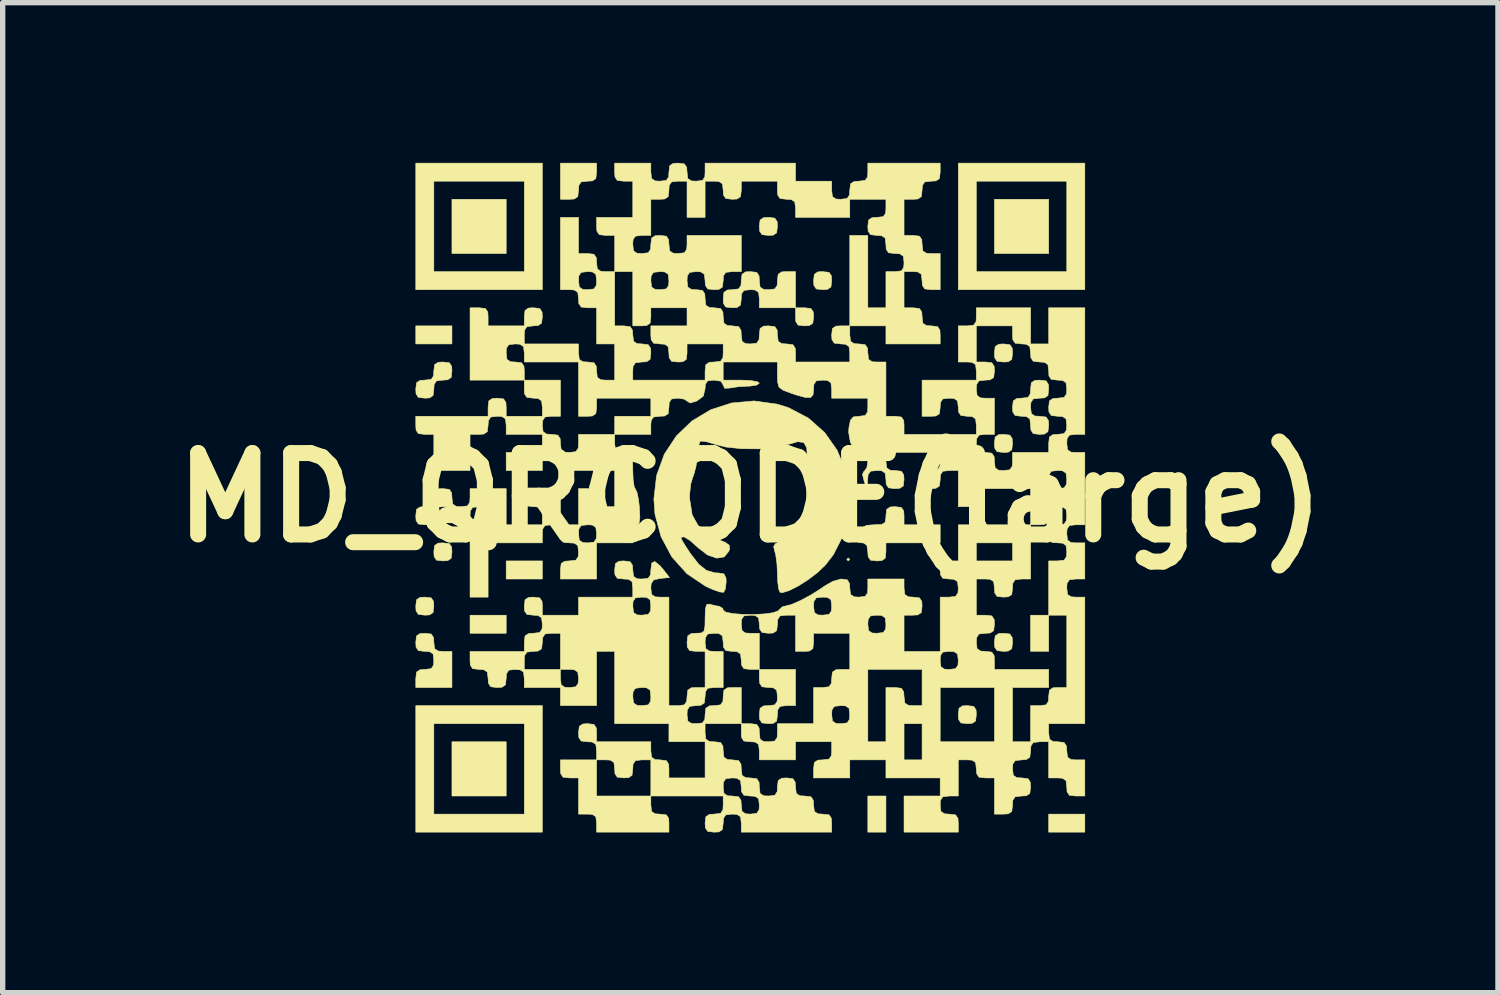
<source format=kicad_pcb>
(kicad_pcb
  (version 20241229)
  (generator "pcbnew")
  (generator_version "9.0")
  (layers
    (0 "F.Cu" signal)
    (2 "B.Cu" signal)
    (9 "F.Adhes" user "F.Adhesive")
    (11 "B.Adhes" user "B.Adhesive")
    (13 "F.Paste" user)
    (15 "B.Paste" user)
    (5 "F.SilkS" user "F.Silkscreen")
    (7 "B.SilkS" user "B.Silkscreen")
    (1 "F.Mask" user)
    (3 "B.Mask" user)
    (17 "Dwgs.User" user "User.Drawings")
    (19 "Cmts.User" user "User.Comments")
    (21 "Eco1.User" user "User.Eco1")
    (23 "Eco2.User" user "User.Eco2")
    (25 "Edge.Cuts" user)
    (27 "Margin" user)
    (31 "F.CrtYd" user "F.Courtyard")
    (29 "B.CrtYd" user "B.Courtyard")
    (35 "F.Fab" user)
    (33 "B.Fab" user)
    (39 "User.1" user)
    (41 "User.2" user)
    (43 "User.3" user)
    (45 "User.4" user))
  (footprint "MD_QRCODE(large)"
    (layer "F.Cu")
    (at 11.002 6.27)
    (property "Reference" "MD_QRCODE(large)" (at 0 0 0) (layer "F.SilkS") (effects (font (size 1.524 1.524) (thickness 0.3))))
    (attr through_hole)
    (fp_poly (pts (xy -5.588 -2.879) (xy -6.265 -2.879) (xy -6.265 -3.217) (xy -5.588 -3.217) (xy -5.588 -2.879)) (stroke (width 0.01) (type solid)) (fill yes) (layer "F.SilkS"))
    (fp_poly (pts (xy -4.572 -4.572) (xy -5.588 -4.572) (xy -5.588 -5.588) (xy -4.572 -5.588) (xy -4.572 -4.572)) (stroke (width 0.01) (type solid)) (fill yes) (layer "F.SilkS"))
    (fp_poly (pts (xy -4.572 2.54) (xy -5.249 2.54) (xy -5.249 2.201) (xy -4.572 2.201) (xy -4.572 2.54)) (stroke (width 0.01) (type solid)) (fill yes) (layer "F.SilkS"))
    (fp_poly (pts (xy -4.572 5.588) (xy -5.588 5.588) (xy -5.588 4.572) (xy -4.572 4.572) (xy -4.572 5.588)) (stroke (width 0.01) (type solid)) (fill yes) (layer "F.SilkS"))
    (fp_poly (pts (xy -3.895 1.524) (xy -4.572 1.524) (xy -4.572 1.185) (xy -3.895 1.185) (xy -3.895 1.524)) (stroke (width 0.01) (type solid)) (fill yes) (layer "F.SilkS"))
    (fp_poly (pts (xy 1.863 1.157) (xy 1.834 1.185) (xy 1.806 1.157) (xy 1.834 1.129) (xy 1.863 1.157)) (stroke (width 0.01) (type solid)) (fill yes) (layer "F.SilkS"))
    (fp_poly (pts (xy 2.54 6.265) (xy 2.201 6.265) (xy 2.201 5.588) (xy 2.54 5.588) (xy 2.54 6.265)) (stroke (width 0.01) (type solid)) (fill yes) (layer "F.SilkS"))
    (fp_poly (pts (xy 5.588 -4.572) (xy 4.572 -4.572) (xy 4.572 -5.588) (xy 5.588 -5.588) (xy 5.588 -4.572)) (stroke (width 0.01) (type solid)) (fill yes) (layer "F.SilkS"))
    (fp_poly (pts (xy 5.588 2.879) (xy 5.249 2.879) (xy 5.249 2.201) (xy 5.588 2.201) (xy 5.588 2.879)) (stroke (width 0.01) (type solid)) (fill yes) (layer "F.SilkS"))
    (fp_poly (pts (xy 6.265 6.265) (xy 5.588 6.265) (xy 5.588 5.927) (xy 6.265 5.927) (xy 6.265 6.265)) (stroke (width 0.01) (type solid)) (fill yes) (layer "F.SilkS"))
    (fp_poly (pts (xy -3.895 -3.895) (xy -6.265 -3.895) (xy -6.265 -5.927) (xy -5.927 -5.927) (xy -5.927 -4.233) (xy -4.233 -4.233) (xy -4.233 -5.927) (xy -5.927 -5.927) (xy -6.265 -5.927) (xy -6.265 -6.265) (xy -3.895 -6.265) (xy -3.895 -3.895)) (stroke (width 0.01) (type solid)) (fill yes) (layer "F.SilkS"))
    (fp_poly (pts (xy -3.895 6.265) (xy -6.265 6.265) (xy -6.265 4.233) (xy -5.927 4.233) (xy -5.927 5.927) (xy -4.233 5.927) (xy -4.233 4.233) (xy -5.927 4.233) (xy -6.265 4.233) (xy -6.265 3.895) (xy -3.895 3.895) (xy -3.895 6.265)) (stroke (width 0.01) (type solid)) (fill yes) (layer "F.SilkS"))
    (fp_poly (pts (xy 1.136 -3.542) (xy 1.18 -3.476) (xy 1.185 -3.387) (xy 1.171 -3.267) (xy 1.105 -3.223) (xy 1.016 -3.217) (xy 0.896 -3.231) (xy 0.852 -3.297) (xy 0.847 -3.387) (xy 0.847 -3.556) (xy 1.016 -3.556) (xy 1.136 -3.542)) (stroke (width 0.01) (type solid)) (fill yes) (layer "F.SilkS"))
    (fp_poly (pts (xy 6.265 -3.895) (xy 3.895 -3.895) (xy 3.895 -5.927) (xy 4.233 -5.927) (xy 4.233 -4.233) (xy 5.927 -4.233) (xy 5.927 -5.927) (xy 4.233 -5.927) (xy 3.895 -5.927) (xy 3.895 -6.265) (xy 6.265 -6.265) (xy 6.265 -3.895)) (stroke (width 0.01) (type solid)) (fill yes) (layer "F.SilkS"))
    (fp_poly (pts (xy -5.976 1.877) (xy -5.932 1.943) (xy -5.927 2.032) (xy -5.941 2.152) (xy -6.007 2.196) (xy -6.096 2.201) (xy -6.216 2.187) (xy -6.26 2.121) (xy -6.265 2.032) (xy -6.251 1.912) (xy -6.185 1.868) (xy -6.096 1.863) (xy -5.976 1.877)) (stroke (width 0.01) (type solid)) (fill yes) (layer "F.SilkS"))
    (fp_poly (pts (xy -5.637 0.861) (xy -5.593 0.927) (xy -5.588 1.016) (xy -5.602 1.136) (xy -5.668 1.18) (xy -5.757 1.185) (xy -5.877 1.171) (xy -5.921 1.105) (xy -5.927 1.016) (xy -5.913 0.896) (xy -5.847 0.852) (xy -5.757 0.847) (xy -5.637 0.861)) (stroke (width 0.01) (type solid)) (fill yes) (layer "F.SilkS"))
    (fp_poly (pts (xy 0.459 -5.235) (xy 0.503 -5.169) (xy 0.508 -5.08) (xy 0.494 -4.96) (xy 0.428 -4.916) (xy 0.339 -4.911) (xy 0.219 -4.925) (xy 0.175 -4.991) (xy 0.169 -5.08) (xy 0.183 -5.2) (xy 0.249 -5.244) (xy 0.339 -5.249) (xy 0.459 -5.235)) (stroke (width 0.01) (type solid)) (fill yes) (layer "F.SilkS"))
    (fp_poly (pts (xy 1.475 -4.219) (xy 1.519 -4.153) (xy 1.524 -4.064) (xy 1.51 -3.944) (xy 1.444 -3.9) (xy 1.355 -3.895) (xy 1.235 -3.909) (xy 1.191 -3.975) (xy 1.185 -4.064) (xy 1.199 -4.184) (xy 1.265 -4.228) (xy 1.355 -4.233) (xy 1.475 -4.219)) (stroke (width 0.01) (type solid)) (fill yes) (layer "F.SilkS"))
    (fp_poly (pts (xy 4.184 3.909) (xy 4.228 3.975) (xy 4.233 4.064) (xy 4.219 4.184) (xy 4.153 4.228) (xy 4.064 4.233) (xy 3.944 4.219) (xy 3.9 4.153) (xy 3.895 4.064) (xy 3.909 3.944) (xy 3.975 3.9) (xy 4.064 3.895) (xy 4.184 3.909)) (stroke (width 0.01) (type solid)) (fill yes) (layer "F.SilkS"))
    (fp_poly (pts (xy 4.861 -2.865) (xy 4.905 -2.799) (xy 4.911 -2.709) (xy 4.897 -2.589) (xy 4.831 -2.545) (xy 4.741 -2.54) (xy 4.621 -2.554) (xy 4.577 -2.62) (xy 4.572 -2.709) (xy 4.586 -2.829) (xy 4.652 -2.873) (xy 4.741 -2.879) (xy 4.861 -2.865)) (stroke (width 0.01) (type solid)) (fill yes) (layer "F.SilkS"))
    (fp_poly (pts (xy 4.861 -1.171) (xy 4.905 -1.105) (xy 4.911 -1.016) (xy 4.897 -0.896) (xy 4.831 -0.852) (xy 4.741 -0.847) (xy 4.621 -0.861) (xy 4.577 -0.927) (xy 4.572 -1.016) (xy 4.586 -1.136) (xy 4.652 -1.18) (xy 4.741 -1.185) (xy 4.861 -1.171)) (stroke (width 0.01) (type solid)) (fill yes) (layer "F.SilkS"))
    (fp_poly (pts (xy 4.861 2.554) (xy 4.905 2.62) (xy 4.911 2.709) (xy 4.897 2.829) (xy 4.831 2.873) (xy 4.741 2.879) (xy 4.621 2.865) (xy 4.577 2.799) (xy 4.572 2.709) (xy 4.586 2.589) (xy 4.652 2.545) (xy 4.741 2.54) (xy 4.861 2.554)) (stroke (width 0.01) (type solid)) (fill yes) (layer "F.SilkS"))
    (fp_poly (pts (xy -2.879 -6.096) (xy -2.893 -5.976) (xy -2.959 -5.932) (xy -3.048 -5.927) (xy -3.168 -5.913) (xy -3.212 -5.847) (xy -3.217 -5.757) (xy -3.231 -5.637) (xy -3.297 -5.593) (xy -3.387 -5.588) (xy -3.556 -5.588) (xy -3.556 -6.265) (xy -2.879 -6.265) (xy -2.879 -6.096)) (stroke (width 0.01) (type solid)) (fill yes) (layer "F.SilkS"))
    (fp_poly (pts (xy -5.637 -2.526) (xy -5.593 -2.46) (xy -5.588 -2.371) (xy -5.602 -2.251) (xy -5.668 -2.207) (xy -5.757 -2.201) (xy -5.877 -2.187) (xy -5.921 -2.121) (xy -5.927 -2.032) (xy -5.941 -1.912) (xy -6.007 -1.868) (xy -6.096 -1.863) (xy -6.216 -1.877) (xy -6.26 -1.943) (xy -6.265 -2.032) (xy -6.251 -2.152) (xy -6.185 -2.196) (xy -6.096 -2.201) (xy -5.976 -2.215) (xy -5.932 -2.281) (xy -5.927 -2.371) (xy -5.913 -2.491) (xy -5.847 -2.535) (xy -5.757 -2.54) (xy -5.637 -2.526)) (stroke (width 0.01) (type solid)) (fill yes) (layer "F.SilkS"))
    (fp_poly (pts (xy -5.976 2.554) (xy -5.932 2.62) (xy -5.927 2.709) (xy -5.913 2.829) (xy -5.847 2.873) (xy -5.757 2.879) (xy -5.588 2.879) (xy -5.588 3.556) (xy -6.265 3.556) (xy -6.265 3.387) (xy -6.251 3.267) (xy -6.185 3.223) (xy -6.096 3.217) (xy -5.976 3.203) (xy -5.932 3.137) (xy -5.927 3.048) (xy -5.941 2.928) (xy -6.007 2.884) (xy -6.096 2.879) (xy -6.216 2.865) (xy -6.26 2.799) (xy -6.265 2.709) (xy -6.251 2.589) (xy -6.185 2.545) (xy -6.096 2.54) (xy -5.976 2.554)) (stroke (width 0.01) (type solid)) (fill yes) (layer "F.SilkS"))
    (fp_poly (pts (xy 0.847 3.895) (xy 0.677 3.895) (xy 0.557 3.909) (xy 0.513 3.975) (xy 0.508 4.064) (xy 0.494 4.184) (xy 0.428 4.228) (xy 0.339 4.233) (xy 0.219 4.219) (xy 0.175 4.153) (xy 0.169 4.064) (xy 0.183 3.944) (xy 0.249 3.9) (xy 0.339 3.895) (xy 0.459 3.881) (xy 0.503 3.815) (xy 0.508 3.725) (xy 0.494 3.605) (xy 0.428 3.561) (xy 0.339 3.556) (xy 0.219 3.542) (xy 0.175 3.476) (xy 0.169 3.387) (xy 0.169 3.217) (xy 0.847 3.217) (xy 0.847 3.895)) (stroke (width 0.01) (type solid)) (fill yes) (layer "F.SilkS"))
    (fp_poly (pts (xy 2.829 0.183) (xy 2.873 0.249) (xy 2.879 0.339) (xy 2.879 0.508) (xy 3.556 0.508) (xy 3.556 0.847) (xy 2.54 0.847) (xy 2.54 1.016) (xy 2.526 1.136) (xy 2.46 1.18) (xy 2.371 1.185) (xy 2.251 1.171) (xy 2.207 1.105) (xy 2.201 1.016) (xy 2.183 0.892) (xy 2.117 0.848) (xy 2.091 0.847) (xy 2.02 0.834) (xy 2.011 0.774) (xy 2.04 0.677) (xy 2.094 0.565) (xy 2.178 0.518) (xy 2.32 0.508) (xy 2.462 0.501) (xy 2.525 0.463) (xy 2.54 0.368) (xy 2.54 0.339) (xy 2.554 0.219) (xy 2.62 0.175) (xy 2.709 0.169) (xy 2.829 0.183)) (stroke (width 0.01) (type solid)) (fill yes) (layer "F.SilkS"))
    (fp_poly (pts (xy 5.539 -2.187) (xy 5.583 -2.121) (xy 5.588 -2.032) (xy 5.574 -1.912) (xy 5.508 -1.868) (xy 5.419 -1.863) (xy 5.299 -1.849) (xy 5.255 -1.783) (xy 5.249 -1.693) (xy 5.263 -1.573) (xy 5.329 -1.529) (xy 5.419 -1.524) (xy 5.539 -1.51) (xy 5.583 -1.444) (xy 5.588 -1.355) (xy 5.574 -1.235) (xy 5.508 -1.191) (xy 5.419 -1.185) (xy 5.299 -1.199) (xy 5.255 -1.265) (xy 5.249 -1.355) (xy 5.235 -1.475) (xy 5.169 -1.519) (xy 5.08 -1.524) (xy 4.96 -1.538) (xy 4.916 -1.604) (xy 4.911 -1.693) (xy 4.925 -1.813) (xy 4.991 -1.857) (xy 5.08 -1.863) (xy 5.2 -1.877) (xy 5.244 -1.943) (xy 5.249 -2.032) (xy 5.263 -2.152) (xy 5.329 -2.196) (xy 5.419 -2.201) (xy 5.539 -2.187)) (stroke (width 0.01) (type solid)) (fill yes) (layer "F.SilkS"))
    (fp_poly (pts (xy 0.847 -3.556) (xy 0.169 -3.556) (xy 0.169 -3.725) (xy 0.155 -3.845) (xy 0.089 -3.889) (xy 0 -3.895) (xy -0.12 -3.881) (xy -0.164 -3.815) (xy -0.169 -3.725) (xy -0.183 -3.605) (xy -0.249 -3.561) (xy -0.339 -3.556) (xy -0.459 -3.57) (xy -0.503 -3.636) (xy -0.508 -3.725) (xy -0.494 -3.845) (xy -0.428 -3.889) (xy -0.339 -3.895) (xy -0.219 -3.909) (xy -0.175 -3.975) (xy -0.169 -4.064) (xy -0.155 -4.184) (xy -0.089 -4.228) (xy 0 -4.233) (xy 0.12 -4.219) (xy 0.164 -4.153) (xy 0.169 -4.064) (xy 0.183 -3.944) (xy 0.249 -3.9) (xy 0.339 -3.895) (xy 0.459 -3.909) (xy 0.503 -3.975) (xy 0.508 -4.064) (xy 0.522 -4.184) (xy 0.588 -4.228) (xy 0.677 -4.233) (xy 0.847 -4.233) (xy 0.847 -3.556)) (stroke (width 0.01) (type solid)) (fill yes) (layer "F.SilkS"))
    (fp_poly (pts (xy 0.505 -1.751) (xy 0.716 -1.685) (xy 1.089 -1.489) (xy 1.394 -1.218) (xy 1.626 -0.888) (xy 1.781 -0.515) (xy 1.856 -0.117) (xy 1.846 0.291) (xy 1.748 0.691) (xy 1.557 1.066) (xy 1.409 1.259) (xy 1.264 1.399) (xy 1.084 1.536) (xy 0.896 1.656) (xy 0.725 1.742) (xy 0.599 1.78) (xy 0.557 1.773) (xy 0.529 1.704) (xy 0.512 1.56) (xy 0.508 1.44) (xy 0.499 1.24) (xy 0.475 1.067) (xy 0.457 1.003) (xy 0.437 0.92) (xy 0.468 0.864) (xy 0.573 0.812) (xy 0.677 0.773) (xy 0.929 0.629) (xy 1.106 0.415) (xy 1.197 0.151) (xy 1.194 -0.141) (xy 1.148 -0.31) (xy 1.093 -0.508) (xy 1.068 -0.703) (xy 1.068 -0.734) (xy 1.057 -0.932) (xy 1.003 -1.032) (xy 0.889 -1.048) (xy 0.725 -1.001) (xy 0.479 -0.943) (xy 0.17 -0.914) (xy -0.157 -0.916) (xy -0.46 -0.948) (xy -0.664 -1) (xy -0.816 -1.046) (xy -0.921 -1.059) (xy -0.942 -1.052) (xy -0.968 -0.978) (xy -0.988 -0.834) (xy -0.993 -0.766) (xy -1.018 -0.58) (xy -1.061 -0.422) (xy -1.075 -0.39) (xy -1.115 -0.258) (xy -1.136 -0.071) (xy -1.137 0.016) (xy -1.089 0.323) (xy -0.957 0.558) (xy -0.736 0.725) (xy -0.626 0.773) (xy -0.467 0.838) (xy -0.395 0.892) (xy -0.387 0.957) (xy -0.401 1.002) (xy -0.489 1.11) (xy -0.629 1.133) (xy -0.8 1.074) (xy -0.981 0.935) (xy -0.984 0.931) (xy -1.128 0.803) (xy -1.237 0.736) (xy -1.294 0.74) (xy -1.298 0.759) (xy -1.269 0.816) (xy -1.195 0.936) (xy -1.125 1.042) (xy -0.968 1.246) (xy -0.823 1.362) (xy -0.664 1.408) (xy -0.596 1.411) (xy -0.492 1.429) (xy -0.455 1.506) (xy -0.452 1.577) (xy -0.466 1.706) (xy -0.5 1.773) (xy -0.573 1.766) (xy -0.711 1.717) (xy -0.838 1.659) (xy -1.187 1.424) (xy -1.469 1.11) (xy -1.671 0.733) (xy -1.785 0.313) (xy -1.806 0.028) (xy -1.755 -0.416) (xy -1.61 -0.814) (xy -1.384 -1.157) (xy -1.091 -1.437) (xy -0.742 -1.646) (xy -0.351 -1.773) (xy 0.069 -1.811) (xy 0.505 -1.751)) (stroke (width 0.01) (type solid)) (fill yes) (layer "F.SilkS"))
    (fp_poly (pts (xy -0.847 4.233) (xy -0.847 4.403) (xy -0.833 4.523) (xy -0.767 4.567) (xy -0.677 4.572) (xy -0.557 4.586) (xy -0.513 4.652) (xy -0.508 4.741) (xy -0.494 4.861) (xy -0.428 4.905) (xy -0.339 4.911) (xy -0.219 4.925) (xy -0.175 4.991) (xy -0.169 5.08) (xy -0.155 5.2) (xy -0.089 5.244) (xy 0 5.249) (xy 0.12 5.263) (xy 0.164 5.329) (xy 0.169 5.419) (xy 0.183 5.539) (xy 0.249 5.583) (xy 0.339 5.588) (xy 0.459 5.574) (xy 0.503 5.508) (xy 0.508 5.419) (xy 0.522 5.299) (xy 0.588 5.255) (xy 0.677 5.249) (xy 0.797 5.263) (xy 0.841 5.329) (xy 0.847 5.419) (xy 0.861 5.539) (xy 0.927 5.583) (xy 1.016 5.588) (xy 1.136 5.602) (xy 1.18 5.668) (xy 1.185 5.757) (xy 1.199 5.877) (xy 1.265 5.921) (xy 1.355 5.927) (xy 1.475 5.941) (xy 1.519 6.007) (xy 1.524 6.096) (xy 1.524 6.265) (xy -0.169 6.265) (xy -0.169 6.096) (xy -0.183 5.976) (xy -0.249 5.932) (xy -0.339 5.927) (xy -0.459 5.941) (xy -0.503 6.007) (xy -0.508 6.096) (xy -0.522 6.216) (xy -0.588 6.26) (xy -0.677 6.265) (xy -0.797 6.251) (xy -0.841 6.185) (xy -0.847 6.096) (xy -0.833 5.976) (xy -0.767 5.932) (xy -0.677 5.927) (xy -0.557 5.913) (xy -0.513 5.847) (xy -0.508 5.757) (xy -0.508 5.588) (xy -1.863 5.588) (xy -1.863 5.757) (xy -1.849 5.877) (xy -1.783 5.921) (xy -1.693 5.927) (xy -1.573 5.941) (xy -1.529 6.007) (xy -1.524 6.096) (xy -1.524 6.265) (xy -2.879 6.265) (xy -2.879 6.096) (xy -2.893 5.976) (xy -2.959 5.932) (xy -3.048 5.927) (xy -3.217 5.927) (xy -3.217 5.249) (xy -3.387 5.249) (xy -3.507 5.235) (xy -3.551 5.169) (xy -3.556 5.08) (xy -3.556 4.911) (xy -2.879 4.911) (xy -2.879 5.588) (xy -1.863 5.588) (xy -1.863 5.419) (xy -0.508 5.419) (xy -0.494 5.539) (xy -0.428 5.583) (xy -0.339 5.588) (xy -0.219 5.602) (xy -0.175 5.668) (xy -0.169 5.757) (xy -0.155 5.877) (xy -0.089 5.921) (xy 0 5.927) (xy 0.12 5.913) (xy 0.164 5.847) (xy 0.169 5.757) (xy 0.155 5.637) (xy 0.089 5.593) (xy 0 5.588) (xy -0.12 5.574) (xy -0.164 5.508) (xy -0.169 5.419) (xy -0.183 5.299) (xy -0.249 5.255) (xy -0.339 5.249) (xy -0.459 5.263) (xy -0.503 5.329) (xy -0.508 5.419) (xy -1.863 5.419) (xy -1.863 4.911) (xy -2.032 4.911) (xy -2.152 4.925) (xy -2.196 4.991) (xy -2.201 5.08) (xy -2.215 5.2) (xy -2.281 5.244) (xy -2.371 5.249) (xy -2.491 5.235) (xy -2.535 5.169) (xy -2.54 5.08) (xy -2.554 4.96) (xy -2.62 4.916) (xy -2.709 4.911) (xy -2.879 4.911) (xy -2.879 4.741) (xy -2.893 4.621) (xy -2.959 4.577) (xy -3.048 4.572) (xy -3.168 4.558) (xy -3.212 4.492) (xy -3.217 4.403) (xy -3.203 4.283) (xy -3.137 4.239) (xy -3.048 4.233) (xy -2.928 4.247) (xy -2.884 4.313) (xy -2.879 4.403) (xy -2.879 4.572) (xy -1.863 4.572) (xy -1.863 4.741) (xy -1.849 4.861) (xy -1.783 4.905) (xy -1.693 4.911) (xy -1.573 4.925) (xy -1.529 4.991) (xy -1.524 5.08) (xy -1.524 5.249) (xy -0.847 5.249) (xy -0.847 4.572) (xy -1.524 4.572) (xy -1.524 4.233) (xy -2.54 4.233) (xy -2.54 4.064) (xy -1.185 4.064) (xy -1.171 4.184) (xy -1.105 4.228) (xy -1.016 4.233) (xy -0.896 4.219) (xy -0.852 4.153) (xy -0.847 4.064) (xy -0.833 3.944) (xy -0.767 3.9) (xy -0.677 3.895) (xy -0.557 3.881) (xy -0.513 3.815) (xy -0.508 3.725) (xy -0.494 3.605) (xy -0.428 3.561) (xy -0.339 3.556) (xy -0.169 3.556) (xy -0.169 4.233) (xy 0 4.233) (xy 0.12 4.247) (xy 0.164 4.313) (xy 0.169 4.403) (xy 0.183 4.523) (xy 0.249 4.567) (xy 0.339 4.572) (xy 0.459 4.558) (xy 0.503 4.492) (xy 0.508 4.403) (xy 0.508 4.233) (xy 1.185 4.233) (xy 1.185 4.064) (xy 1.524 4.064) (xy 1.538 4.184) (xy 1.604 4.228) (xy 1.693 4.233) (xy 1.813 4.219) (xy 1.857 4.153) (xy 1.863 4.064) (xy 1.849 3.944) (xy 1.783 3.9) (xy 1.693 3.895) (xy 1.573 3.909) (xy 1.529 3.975) (xy 1.524 4.064) (xy 1.185 4.064) (xy 1.185 3.556) (xy 1.355 3.556) (xy 1.475 3.542) (xy 1.519 3.476) (xy 1.524 3.387) (xy 1.538 3.267) (xy 1.604 3.223) (xy 1.693 3.217) (xy 1.863 3.217) (xy 2.201 3.217) (xy 2.201 4.572) (xy 2.54 4.572) (xy 2.54 4.233) (xy 2.879 4.233) (xy 2.879 4.911) (xy 3.217 4.911) (xy 3.217 4.233) (xy 2.879 4.233) (xy 2.54 4.233) (xy 2.54 3.556) (xy 2.709 3.556) (xy 2.829 3.57) (xy 2.873 3.636) (xy 2.879 3.725) (xy 2.893 3.845) (xy 2.959 3.889) (xy 3.048 3.895) (xy 3.217 3.895) (xy 3.217 3.556) (xy 3.556 3.556) (xy 3.556 4.572) (xy 4.572 4.572) (xy 4.572 3.556) (xy 3.556 3.556) (xy 3.217 3.556) (xy 3.217 3.217) (xy 2.201 3.217) (xy 1.863 3.217) (xy 1.863 3.048) (xy 3.556 3.048) (xy 3.57 3.168) (xy 3.636 3.212) (xy 3.725 3.217) (xy 3.845 3.203) (xy 3.889 3.137) (xy 3.895 3.048) (xy 3.881 2.928) (xy 3.815 2.884) (xy 3.725 2.879) (xy 3.605 2.893) (xy 3.561 2.959) (xy 3.556 3.048) (xy 1.863 3.048) (xy 1.863 2.54) (xy 1.185 2.54) (xy 1.185 2.709) (xy 1.171 2.829) (xy 1.105 2.873) (xy 1.016 2.879) (xy 0.847 2.879) (xy 0.847 2.371) (xy 2.201 2.371) (xy 2.215 2.491) (xy 2.281 2.535) (xy 2.371 2.54) (xy 2.491 2.526) (xy 2.535 2.46) (xy 2.54 2.371) (xy 2.526 2.251) (xy 2.46 2.207) (xy 2.371 2.201) (xy 2.251 2.215) (xy 2.207 2.281) (xy 2.201 2.371) (xy 0.847 2.371) (xy 0.847 2.201) (xy 0.677 2.201) (xy 0.557 2.215) (xy 0.513 2.281) (xy 0.508 2.371) (xy 0.494 2.491) (xy 0.428 2.535) (xy 0.339 2.54) (xy 0.219 2.526) (xy 0.175 2.46) (xy 0.169 2.371) (xy 0.155 2.251) (xy 0.089 2.207) (xy 0 2.201) (xy -0.12 2.215) (xy -0.164 2.281) (xy -0.169 2.371) (xy -0.155 2.491) (xy -0.089 2.535) (xy 0 2.54) (xy 0.169 2.54) (xy 0.169 3.217) (xy 0 3.217) (xy -0.12 3.203) (xy -0.164 3.137) (xy -0.169 3.048) (xy -0.183 2.928) (xy -0.249 2.884) (xy -0.339 2.879) (xy -0.459 2.865) (xy -0.503 2.799) (xy -0.508 2.709) (xy -0.522 2.589) (xy -0.588 2.545) (xy -0.677 2.54) (xy -0.797 2.554) (xy -0.841 2.62) (xy -0.847 2.709) (xy -0.833 2.829) (xy -0.767 2.873) (xy -0.677 2.879) (xy -0.508 2.879) (xy -0.508 3.556) (xy -0.677 3.556) (xy -0.797 3.57) (xy -0.841 3.636) (xy -0.847 3.725) (xy -0.861 3.845) (xy -0.927 3.889) (xy -1.016 3.895) (xy -1.136 3.909) (xy -1.18 3.975) (xy -1.185 4.064) (xy -2.54 4.064) (xy -2.54 3.725) (xy -2.201 3.725) (xy -2.187 3.845) (xy -2.121 3.889) (xy -2.032 3.895) (xy -1.912 3.881) (xy -1.868 3.815) (xy -1.863 3.725) (xy -1.877 3.605) (xy -1.943 3.561) (xy -2.032 3.556) (xy -2.152 3.57) (xy -2.196 3.636) (xy -2.201 3.725) (xy -2.54 3.725) (xy -2.54 2.879) (xy -2.879 2.879) (xy -2.879 3.895) (xy -3.556 3.895) (xy -3.556 3.556) (xy -4.233 3.556) (xy -4.233 3.387) (xy -4.247 3.267) (xy -4.313 3.223) (xy -4.403 3.217) (xy -4.523 3.231) (xy -4.567 3.297) (xy -4.572 3.387) (xy -4.586 3.507) (xy -4.652 3.551) (xy -4.741 3.556) (xy -4.861 3.542) (xy -4.905 3.476) (xy -4.911 3.387) (xy -4.925 3.267) (xy -4.991 3.223) (xy -5.08 3.217) (xy -5.2 3.203) (xy -5.244 3.137) (xy -5.249 3.048) (xy -4.233 3.048) (xy -4.233 3.217) (xy -3.556 3.217) (xy -3.556 3.387) (xy -3.542 3.507) (xy -3.476 3.551) (xy -3.387 3.556) (xy -3.267 3.542) (xy -3.223 3.476) (xy -3.217 3.387) (xy -3.231 3.267) (xy -3.297 3.223) (xy -3.387 3.217) (xy -3.556 3.217) (xy -3.556 2.54) (xy -3.725 2.54) (xy -3.845 2.554) (xy -3.889 2.62) (xy -3.895 2.709) (xy -3.909 2.829) (xy -3.975 2.873) (xy -4.064 2.879) (xy -4.184 2.893) (xy -4.228 2.959) (xy -4.233 3.048) (xy -5.249 3.048) (xy -5.249 2.879) (xy -4.233 2.879) (xy -4.233 2.709) (xy -4.219 2.589) (xy -4.153 2.545) (xy -4.064 2.54) (xy -3.944 2.526) (xy -3.9 2.46) (xy -3.895 2.371) (xy -3.909 2.251) (xy -3.975 2.207) (xy -4.064 2.201) (xy -4.184 2.187) (xy -4.228 2.121) (xy -4.233 2.032) (xy -4.219 1.912) (xy -4.153 1.868) (xy -4.064 1.863) (xy -3.944 1.877) (xy -3.9 1.943) (xy -3.895 2.032) (xy -3.895 2.201) (xy -3.217 2.201) (xy -3.217 2.032) (xy -2.201 2.032) (xy -2.187 2.152) (xy -2.121 2.196) (xy -2.032 2.201) (xy -1.912 2.187) (xy -1.868 2.121) (xy -1.863 2.032) (xy -1.877 1.912) (xy -1.943 1.868) (xy -2.032 1.863) (xy -2.152 1.877) (xy -2.196 1.943) (xy -2.201 2.032) (xy -3.217 2.032) (xy -3.217 1.863) (xy -2.201 1.863) (xy -2.201 1.693) (xy -2.215 1.573) (xy -2.281 1.529) (xy -2.371 1.524) (xy -2.491 1.51) (xy -2.535 1.444) (xy -2.54 1.355) (xy -2.526 1.235) (xy -2.46 1.191) (xy -2.371 1.185) (xy -2.251 1.199) (xy -2.207 1.265) (xy -2.201 1.355) (xy -2.187 1.475) (xy -2.121 1.519) (xy -2.032 1.524) (xy -1.912 1.51) (xy -1.868 1.444) (xy -1.863 1.355) (xy -1.845 1.224) (xy -1.789 1.196) (xy -1.693 1.273) (xy -1.635 1.341) (xy -1.513 1.496) (xy -1.688 1.513) (xy -1.811 1.541) (xy -1.857 1.613) (xy -1.863 1.697) (xy -1.848 1.814) (xy -1.781 1.858) (xy -1.693 1.863) (xy -1.524 1.863) (xy -1.524 3.895) (xy -1.355 3.895) (xy -1.235 3.881) (xy -1.191 3.815) (xy -1.185 3.725) (xy -1.171 3.605) (xy -1.105 3.561) (xy -1.016 3.556) (xy -0.847 3.556) (xy -0.847 2.879) (xy -1.016 2.879) (xy -1.136 2.865) (xy -1.18 2.799) (xy -1.185 2.709) (xy -1.171 2.589) (xy -1.105 2.545) (xy -1.016 2.54) (xy -0.917 2.534) (xy -0.866 2.497) (xy -0.849 2.4) (xy -0.847 2.252) (xy -0.841 2.082) (xy -0.819 2.003) (xy -0.773 1.993) (xy -0.757 1.998) (xy -0.63 2.029) (xy -0.588 2.032) (xy -0.516 2.074) (xy -0.508 2.107) (xy -0.457 2.146) (xy -0.324 2.172) (xy -0.138 2.186) (xy 0.069 2.188) (xy 0.268 2.177) (xy 0.429 2.155) (xy 0.522 2.12) (xy 0.532 2.107) (xy 0.607 2.04) (xy 0.65 2.032) (xy 1.185 2.032) (xy 1.199 2.152) (xy 1.265 2.196) (xy 1.355 2.201) (xy 1.475 2.187) (xy 1.519 2.121) (xy 1.524 2.032) (xy 1.51 1.912) (xy 1.444 1.868) (xy 1.355 1.863) (xy 1.235 1.877) (xy 1.191 1.943) (xy 1.185 2.032) (xy 0.65 2.032) (xy 0.769 2.002) (xy 0.945 1.925) (xy 1.146 1.816) (xy 1.336 1.695) (xy 1.388 1.657) (xy 1.543 1.568) (xy 1.694 1.525) (xy 1.713 1.524) (xy 1.82 1.541) (xy 1.859 1.614) (xy 1.863 1.693) (xy 1.877 1.813) (xy 1.943 1.857) (xy 2.032 1.863) (xy 2.152 1.849) (xy 2.196 1.783) (xy 2.201 1.693) (xy 2.201 1.524) (xy 2.879 1.524) (xy 2.879 1.693) (xy 2.893 1.813) (xy 2.959 1.857) (xy 3.048 1.863) (xy 3.168 1.877) (xy 3.212 1.943) (xy 3.217 2.032) (xy 3.203 2.152) (xy 3.137 2.196) (xy 3.048 2.201) (xy 2.879 2.201) (xy 2.879 2.879) (xy 3.556 2.879) (xy 3.556 1.863) (xy 3.725 1.863) (xy 3.845 1.849) (xy 3.889 1.783) (xy 3.895 1.693) (xy 3.881 1.573) (xy 3.815 1.529) (xy 3.725 1.524) (xy 4.233 1.524) (xy 4.233 2.201) (xy 4.403 2.201) (xy 4.523 2.215) (xy 4.567 2.281) (xy 4.572 2.371) (xy 4.558 2.491) (xy 4.492 2.535) (xy 4.403 2.54) (xy 4.283 2.554) (xy 4.239 2.62) (xy 4.233 2.709) (xy 4.247 2.829) (xy 4.313 2.873) (xy 4.403 2.879) (xy 4.523 2.893) (xy 4.567 2.959) (xy 4.572 3.048) (xy 4.572 3.217) (xy 5.588 3.217) (xy 5.588 3.556) (xy 4.911 3.556) (xy 4.911 4.572) (xy 5.249 4.572) (xy 5.249 3.895) (xy 5.419 3.895) (xy 5.539 3.881) (xy 5.583 3.815) (xy 5.588 3.725) (xy 5.602 3.605) (xy 5.668 3.561) (xy 5.757 3.556) (xy 5.927 3.556) (xy 5.927 2.201) (xy 5.588 2.201) (xy 5.588 1.185) (xy 5.757 1.185) (xy 5.877 1.171) (xy 5.921 1.105) (xy 5.927 1.016) (xy 5.913 0.896) (xy 5.847 0.852) (xy 5.757 0.847) (xy 5.637 0.833) (xy 5.593 0.767) (xy 5.588 0.677) (xy 5.602 0.557) (xy 5.668 0.513) (xy 5.757 0.508) (xy 5.877 0.494) (xy 5.921 0.428) (xy 5.927 0.339) (xy 5.913 0.219) (xy 5.847 0.175) (xy 5.757 0.169) (xy 5.637 0.183) (xy 5.593 0.249) (xy 5.588 0.339) (xy 5.574 0.459) (xy 5.508 0.503) (xy 5.419 0.508) (xy 5.249 0.508) (xy 5.249 1.524) (xy 5.08 1.524) (xy 4.96 1.538) (xy 4.916 1.604) (xy 4.911 1.693) (xy 4.897 1.813) (xy 4.831 1.857) (xy 4.741 1.863) (xy 4.621 1.849) (xy 4.577 1.783) (xy 4.572 1.693) (xy 4.558 1.573) (xy 4.492 1.529) (xy 4.403 1.524) (xy 4.233 1.524) (xy 3.725 1.524) (xy 3.605 1.51) (xy 3.561 1.444) (xy 3.556 1.355) (xy 3.57 1.235) (xy 3.636 1.191) (xy 3.725 1.185) (xy 3.895 1.185) (xy 3.895 0.847) (xy 4.233 0.847) (xy 4.233 1.185) (xy 4.911 1.185) (xy 4.911 0.847) (xy 4.233 0.847) (xy 3.895 0.847) (xy 3.895 0.508) (xy 5.249 0.508) (xy 5.249 -0.169) (xy 4.233 -0.169) (xy 4.233 0) (xy 4.219 0.12) (xy 4.153 0.164) (xy 4.064 0.169) (xy 3.895 0.169) (xy 3.895 -0.339) (xy 5.588 -0.339) (xy 5.602 -0.219) (xy 5.668 -0.175) (xy 5.757 -0.169) (xy 5.877 -0.183) (xy 5.921 -0.249) (xy 5.927 -0.339) (xy 5.913 -0.459) (xy 5.847 -0.503) (xy 5.757 -0.508) (xy 5.637 -0.494) (xy 5.593 -0.428) (xy 5.588 -0.339) (xy 3.895 -0.339) (xy 3.895 -0.508) (xy 3.725 -0.508) (xy 3.605 -0.494) (xy 3.561 -0.428) (xy 3.556 -0.339) (xy 3.542 -0.219) (xy 3.476 -0.175) (xy 3.387 -0.169) (xy 3.267 -0.183) (xy 3.223 -0.249) (xy 3.217 -0.339) (xy 3.231 -0.459) (xy 3.297 -0.503) (xy 3.387 -0.508) (xy 3.507 -0.522) (xy 3.551 -0.588) (xy 3.556 -0.677) (xy 3.556 -0.847) (xy 2.54 -0.847) (xy 2.54 -0.677) (xy 2.554 -0.557) (xy 2.62 -0.513) (xy 2.709 -0.508) (xy 2.829 -0.494) (xy 2.873 -0.428) (xy 2.879 -0.339) (xy 2.865 -0.219) (xy 2.799 -0.175) (xy 2.709 -0.169) (xy 2.589 -0.183) (xy 2.545 -0.249) (xy 2.54 -0.339) (xy 2.526 -0.459) (xy 2.46 -0.503) (xy 2.371 -0.508) (xy 2.253 -0.495) (xy 2.206 -0.433) (xy 2.197 -0.325) (xy 2.192 -0.141) (xy 2.132 -0.308) (xy 2.1 -0.436) (xy 2.128 -0.492) (xy 2.136 -0.496) (xy 2.183 -0.562) (xy 2.201 -0.682) (xy 2.182 -0.804) (xy 2.113 -0.846) (xy 2.09 -0.847) (xy 1.963 -0.897) (xy 1.875 -1.031) (xy 1.842 -1.22) (xy 1.847 -1.312) (xy 1.876 -1.452) (xy 1.93 -1.512) (xy 2.038 -1.524) (xy 2.154 -1.539) (xy 2.197 -1.607) (xy 2.201 -1.693) (xy 2.201 -1.863) (xy 1.524 -1.863) (xy 1.524 -2.032) (xy 1.51 -2.152) (xy 1.444 -2.196) (xy 1.355 -2.201) (xy 1.235 -2.187) (xy 1.191 -2.121) (xy 1.185 -2.032) (xy 1.175 -1.925) (xy 1.129 -1.875) (xy 1.027 -1.877) (xy 0.848 -1.927) (xy 0.772 -1.953) (xy 0.615 -2.011) (xy 0.537 -2.07) (xy 0.511 -2.165) (xy 0.508 -2.291) (xy 0.508 -2.54) (xy -0.508 -2.54) (xy -0.508 -2.201) (xy -0.169 -2.201) (xy 0.011 -2.193) (xy 0.133 -2.17) (xy 0.169 -2.145) (xy 0.119 -2.108) (xy -0.004 -2.089) (xy -0.042 -2.088) (xy -0.221 -2.078) (xy -0.371 -2.055) (xy -0.381 -2.053) (xy -0.481 -2.048) (xy -0.508 -2.11) (xy -0.55 -2.18) (xy -0.677 -2.201) (xy -0.798 -2.187) (xy -0.842 -2.122) (xy -0.847 -2.041) (xy -0.88 -1.901) (xy -0.998 -1.812) (xy -1 -1.811) (xy -1.125 -1.772) (xy -1.174 -1.802) (xy -1.239 -1.845) (xy -1.359 -1.863) (xy -1.476 -1.848) (xy -1.519 -1.781) (xy -1.524 -1.693) (xy -1.538 -1.573) (xy -1.604 -1.529) (xy -1.693 -1.524) (xy -1.813 -1.51) (xy -1.857 -1.444) (xy -1.863 -1.355) (xy -1.863 -1.185) (xy -2.54 -1.185) (xy -2.54 -1.016) (xy -2.526 -0.896) (xy -2.46 -0.852) (xy -2.371 -0.847) (xy -2.276 -0.842) (xy -2.226 -0.811) (xy -2.205 -0.725) (xy -2.201 -0.559) (xy -2.201 -0.513) (xy -2.194 -0.332) (xy -2.174 -0.203) (xy -2.152 -0.16) (xy -2.122 -0.098) (xy -2.093 0.043) (xy -2.077 0.183) (xy -2.068 0.377) (xy -2.084 0.478) (xy -2.126 0.508) (xy -2.126 0.508) (xy -2.183 0.559) (xy -2.201 0.677) (xy -2.201 0.847) (xy -2.879 0.847) (xy -2.879 1.524) (xy -3.556 1.524) (xy -3.556 1.355) (xy -3.542 1.235) (xy -3.476 1.191) (xy -3.387 1.185) (xy -3.267 1.171) (xy -3.223 1.105) (xy -3.217 1.016) (xy -3.231 0.896) (xy -3.297 0.852) (xy -3.387 0.847) (xy -3.507 0.833) (xy -3.551 0.767) (xy -3.556 0.677) (xy -3.217 0.677) (xy -3.203 0.797) (xy -3.137 0.841) (xy -3.048 0.847) (xy -2.928 0.833) (xy -2.884 0.767) (xy -2.879 0.677) (xy -2.893 0.557) (xy -2.959 0.513) (xy -3.048 0.508) (xy -3.168 0.522) (xy -3.212 0.588) (xy -3.217 0.677) (xy -3.556 0.677) (xy -3.57 0.557) (xy -3.636 0.513) (xy -3.725 0.508) (xy -3.845 0.522) (xy -3.889 0.588) (xy -3.895 0.677) (xy -3.895 0.847) (xy -4.911 0.847) (xy -4.911 1.863) (xy -5.249 1.863) (xy -5.249 0.508) (xy -5.419 0.508) (xy -5.539 0.494) (xy -5.583 0.428) (xy -5.588 0.339) (xy -5.249 0.339) (xy -5.235 0.459) (xy -5.169 0.503) (xy -5.08 0.508) (xy -4.96 0.494) (xy -4.916 0.428) (xy -4.911 0.339) (xy -4.925 0.219) (xy -4.991 0.175) (xy -5.08 0.169) (xy -5.2 0.183) (xy -5.244 0.249) (xy -5.249 0.339) (xy -5.588 0.339) (xy -5.602 0.219) (xy -5.668 0.175) (xy -5.757 0.169) (xy -5.877 0.183) (xy -5.921 0.249) (xy -5.927 0.339) (xy -5.941 0.459) (xy -6.007 0.503) (xy -6.096 0.508) (xy -6.216 0.494) (xy -6.26 0.428) (xy -6.265 0.339) (xy -6.251 0.219) (xy -6.185 0.175) (xy -6.096 0.169) (xy -5.976 0.155) (xy -5.932 0.089) (xy -5.927 0) (xy -5.913 -0.12) (xy -5.847 -0.164) (xy -5.757 -0.169) (xy -5.637 -0.155) (xy -5.593 -0.089) (xy -5.588 0) (xy -5.574 0.12) (xy -5.508 0.164) (xy -5.419 0.169) (xy -5.299 0.155) (xy -5.255 0.089) (xy -5.249 0) (xy -5.249 -0.169) (xy -4.572 -0.169) (xy -4.572 0.508) (xy -3.895 0.508) (xy -3.895 0.339) (xy -3.909 0.219) (xy -3.975 0.175) (xy -4.064 0.169) (xy -4.184 0.155) (xy -4.228 0.089) (xy -4.233 0) (xy -4.233 -0.169) (xy -3.556 -0.169) (xy -3.556 0.508) (xy -3.217 0.508) (xy -3.217 -0.169) (xy -3.048 -0.169) (xy -2.928 -0.155) (xy -2.884 -0.089) (xy -2.879 0) (xy -2.865 0.12) (xy -2.799 0.164) (xy -2.709 0.169) (xy -2.54 0.169) (xy -2.54 -0.508) (xy -3.556 -0.508) (xy -3.556 -0.677) (xy -3.57 -0.797) (xy -3.636 -0.841) (xy -3.725 -0.847) (xy -3.845 -0.833) (xy -3.889 -0.767) (xy -3.895 -0.677) (xy -3.895 -0.508) (xy -4.572 -0.508) (xy -4.572 -0.847) (xy -3.895 -0.847) (xy -3.895 -1.185) (xy -4.572 -1.185) (xy -4.572 -1.355) (xy -4.586 -1.475) (xy -4.652 -1.519) (xy -4.741 -1.524) (xy -4.861 -1.51) (xy -4.905 -1.444) (xy -4.911 -1.355) (xy -4.925 -1.235) (xy -4.991 -1.191) (xy -5.08 -1.185) (xy -5.249 -1.185) (xy -5.249 -0.508) (xy -5.927 -0.508) (xy -5.927 -1.185) (xy -6.096 -1.185) (xy -6.216 -1.199) (xy -6.26 -1.265) (xy -6.265 -1.355) (xy -6.265 -1.524) (xy -4.911 -1.524) (xy -4.911 -1.693) (xy -4.897 -1.813) (xy -4.831 -1.857) (xy -4.741 -1.863) (xy -4.621 -1.849) (xy -4.577 -1.783) (xy -4.572 -1.693) (xy -4.572 -1.524) (xy -3.895 -1.524) (xy -3.895 -1.693) (xy -3.909 -1.813) (xy -3.975 -1.857) (xy -4.064 -1.863) (xy -4.184 -1.877) (xy -4.228 -1.943) (xy -4.233 -2.032) (xy -4.233 -2.201) (xy -5.249 -2.201) (xy -5.249 -2.709) (xy -4.572 -2.709) (xy -4.558 -2.589) (xy -4.492 -2.545) (xy -4.403 -2.54) (xy -4.283 -2.526) (xy -4.239 -2.46) (xy -4.233 -2.371) (xy -4.233 -2.201) (xy -3.556 -2.201) (xy -3.556 -1.524) (xy -3.725 -1.524) (xy -3.845 -1.51) (xy -3.889 -1.444) (xy -3.895 -1.355) (xy -3.881 -1.235) (xy -3.815 -1.191) (xy -3.725 -1.185) (xy -3.605 -1.171) (xy -3.561 -1.105) (xy -3.556 -1.016) (xy -3.542 -0.896) (xy -3.476 -0.852) (xy -3.387 -0.847) (xy -3.267 -0.861) (xy -3.223 -0.927) (xy -3.217 -1.016) (xy -3.217 -1.185) (xy -2.54 -1.185) (xy -2.54 -1.524) (xy -1.863 -1.524) (xy -1.863 -1.863) (xy -2.879 -1.863) (xy -2.879 -1.693) (xy -2.893 -1.573) (xy -2.959 -1.529) (xy -3.048 -1.524) (xy -3.217 -1.524) (xy -3.217 -2.54) (xy -4.233 -2.54) (xy -4.233 -2.709) (xy -4.247 -2.829) (xy -4.313 -2.873) (xy -4.403 -2.879) (xy -4.523 -2.865) (xy -4.567 -2.799) (xy -4.572 -2.709) (xy -5.249 -2.709) (xy -5.249 -3.556) (xy -5.08 -3.556) (xy -4.96 -3.542) (xy -4.916 -3.476) (xy -4.911 -3.387) (xy -4.911 -3.217) (xy -4.233 -3.217) (xy -4.233 -3.387) (xy -4.219 -3.507) (xy -4.153 -3.551) (xy -4.064 -3.556) (xy -3.944 -3.542) (xy -3.9 -3.476) (xy -3.895 -3.387) (xy -3.909 -3.267) (xy -3.975 -3.223) (xy -4.064 -3.217) (xy -4.184 -3.203) (xy -4.228 -3.137) (xy -4.233 -3.048) (xy -4.233 -2.879) (xy -3.217 -2.879) (xy -3.217 -2.709) (xy -3.203 -2.589) (xy -3.137 -2.545) (xy -3.048 -2.54) (xy -2.928 -2.526) (xy -2.884 -2.46) (xy -2.879 -2.371) (xy -2.865 -2.251) (xy -2.799 -2.207) (xy -2.709 -2.201) (xy -2.54 -2.201) (xy -2.54 -2.879) (xy -2.879 -2.879) (xy -2.879 -3.556) (xy -3.048 -3.556) (xy -3.168 -3.57) (xy -3.212 -3.636) (xy -3.217 -3.725) (xy -3.231 -3.845) (xy -3.297 -3.889) (xy -3.387 -3.895) (xy -3.556 -3.895) (xy -3.556 -4.064) (xy -3.217 -4.064) (xy -3.203 -3.944) (xy -3.137 -3.9) (xy -3.048 -3.895) (xy -2.928 -3.909) (xy -2.884 -3.975) (xy -2.879 -4.064) (xy -2.893 -4.184) (xy -2.959 -4.228) (xy -3.048 -4.233) (xy -3.168 -4.219) (xy -3.212 -4.153) (xy -3.217 -4.064) (xy -3.556 -4.064) (xy -3.556 -5.249) (xy -3.217 -5.249) (xy -3.217 -4.572) (xy -3.048 -4.572) (xy -2.928 -4.558) (xy -2.884 -4.492) (xy -2.879 -4.403) (xy -2.865 -4.283) (xy -2.799 -4.239) (xy -2.709 -4.233) (xy -2.54 -4.233) (xy -2.54 -3.217) (xy -2.371 -3.217) (xy -2.251 -3.203) (xy -2.207 -3.137) (xy -2.201 -3.048) (xy -2.187 -2.928) (xy -2.121 -2.884) (xy -2.032 -2.879) (xy -1.912 -2.865) (xy -1.868 -2.799) (xy -1.863 -2.709) (xy -1.877 -2.589) (xy -1.943 -2.545) (xy -2.032 -2.54) (xy -2.152 -2.526) (xy -2.196 -2.46) (xy -2.201 -2.371) (xy -2.201 -2.201) (xy -0.847 -2.201) (xy -0.847 -2.371) (xy -0.833 -2.491) (xy -0.767 -2.535) (xy -0.677 -2.54) (xy -0.557 -2.554) (xy -0.513 -2.62) (xy -0.508 -2.709) (xy -0.508 -2.879) (xy -1.185 -2.879) (xy -1.185 -2.709) (xy -1.199 -2.589) (xy -1.265 -2.545) (xy -1.355 -2.54) (xy -1.475 -2.554) (xy -1.519 -2.62) (xy -1.524 -2.709) (xy -1.538 -2.829) (xy -1.604 -2.873) (xy -1.693 -2.879) (xy -1.813 -2.893) (xy -1.857 -2.959) (xy -1.863 -3.048) (xy -1.863 -3.217) (xy -1.185 -3.217) (xy -1.185 -3.556) (xy -1.863 -3.556) (xy -1.863 -3.387) (xy -1.877 -3.267) (xy -1.943 -3.223) (xy -2.032 -3.217) (xy -2.201 -3.217) (xy -2.201 -4.064) (xy -1.863 -4.064) (xy -1.849 -3.944) (xy -1.783 -3.9) (xy -1.693 -3.895) (xy -1.573 -3.909) (xy -1.529 -3.975) (xy -1.524 -4.064) (xy -1.538 -4.184) (xy -1.604 -4.228) (xy -1.693 -4.233) (xy -1.813 -4.219) (xy -1.857 -4.153) (xy -1.863 -4.064) (xy -2.201 -4.064) (xy -2.201 -4.233) (xy -2.54 -4.233) (xy -2.54 -4.741) (xy -2.201 -4.741) (xy -2.187 -4.621) (xy -2.121 -4.577) (xy -2.032 -4.572) (xy -1.912 -4.586) (xy -1.868 -4.652) (xy -1.863 -4.741) (xy -1.849 -4.861) (xy -1.783 -4.905) (xy -1.693 -4.911) (xy -1.573 -4.897) (xy -1.529 -4.831) (xy -1.524 -4.741) (xy -1.51 -4.621) (xy -1.444 -4.577) (xy -1.355 -4.572) (xy -1.235 -4.586) (xy -1.191 -4.652) (xy -1.185 -4.741) (xy -1.185 -4.911) (xy -0.169 -4.911) (xy -0.169 -4.233) (xy -0.339 -4.233) (xy -0.459 -4.219) (xy -0.503 -4.153) (xy -0.508 -4.064) (xy -0.522 -3.944) (xy -0.588 -3.9) (xy -0.677 -3.895) (xy -0.797 -3.909) (xy -0.841 -3.975) (xy -0.847 -4.064) (xy -0.861 -4.184) (xy -0.927 -4.228) (xy -1.016 -4.233) (xy -1.136 -4.219) (xy -1.18 -4.153) (xy -1.185 -4.064) (xy -1.171 -3.944) (xy -1.105 -3.9) (xy -1.016 -3.895) (xy -0.896 -3.881) (xy -0.852 -3.815) (xy -0.847 -3.725) (xy -0.833 -3.605) (xy -0.767 -3.561) (xy -0.677 -3.556) (xy -0.557 -3.542) (xy -0.513 -3.476) (xy -0.508 -3.387) (xy -0.494 -3.267) (xy -0.428 -3.223) (xy -0.339 -3.217) (xy -0.219 -3.203) (xy -0.175 -3.137) (xy -0.169 -3.048) (xy -0.155 -2.928) (xy -0.089 -2.884) (xy 0 -2.879) (xy 0.12 -2.893) (xy 0.164 -2.959) (xy 0.169 -3.048) (xy 0.183 -3.168) (xy 0.249 -3.212) (xy 0.339 -3.217) (xy 0.459 -3.203) (xy 0.503 -3.137) (xy 0.508 -3.048) (xy 0.522 -2.928) (xy 0.588 -2.884) (xy 0.677 -2.879) (xy 0.797 -2.865) (xy 0.841 -2.799) (xy 0.847 -2.709) (xy 0.847 -2.54) (xy 1.863 -2.54) (xy 1.863 -2.709) (xy 1.849 -2.829) (xy 1.783 -2.873) (xy 1.693 -2.879) (xy 1.573 -2.893) (xy 1.529 -2.959) (xy 1.524 -3.048) (xy 1.538 -3.168) (xy 1.604 -3.212) (xy 1.693 -3.217) (xy 1.863 -3.217) (xy 1.863 -4.911) (xy 2.201 -4.911) (xy 2.201 -3.556) (xy 2.54 -3.556) (xy 2.54 -4.233) (xy 2.709 -4.233) (xy 2.829 -4.247) (xy 2.873 -4.313) (xy 2.879 -4.403) (xy 2.865 -4.523) (xy 2.799 -4.567) (xy 2.709 -4.572) (xy 2.589 -4.586) (xy 2.545 -4.652) (xy 2.54 -4.741) (xy 2.526 -4.861) (xy 2.46 -4.905) (xy 2.371 -4.911) (xy 2.251 -4.925) (xy 2.207 -4.991) (xy 2.201 -5.08) (xy 2.215 -5.2) (xy 2.281 -5.244) (xy 2.371 -5.249) (xy 2.491 -5.263) (xy 2.535 -5.329) (xy 2.54 -5.419) (xy 2.54 -5.588) (xy 1.863 -5.588) (xy 1.863 -5.249) (xy 0.847 -5.249) (xy 0.847 -5.419) (xy 0.833 -5.539) (xy 0.767 -5.583) (xy 0.677 -5.588) (xy 0.557 -5.602) (xy 0.513 -5.668) (xy 0.508 -5.757) (xy 0.508 -5.927) (xy -0.169 -5.927) (xy -0.169 -5.757) (xy -0.183 -5.637) (xy -0.249 -5.593) (xy -0.339 -5.588) (xy -0.459 -5.602) (xy -0.503 -5.668) (xy -0.508 -5.757) (xy -0.522 -5.877) (xy -0.588 -5.921) (xy -0.677 -5.927) (xy -0.847 -5.927) (xy -0.847 -5.249) (xy -1.185 -5.249) (xy -1.185 -5.927) (xy -1.355 -5.927) (xy -1.475 -5.913) (xy -1.519 -5.847) (xy -1.524 -5.757) (xy -1.538 -5.637) (xy -1.604 -5.593) (xy -1.693 -5.588) (xy -1.863 -5.588) (xy -1.863 -4.911) (xy -2.032 -4.911) (xy -2.152 -4.897) (xy -2.196 -4.831) (xy -2.201 -4.741) (xy -2.54 -4.741) (xy -2.54 -4.911) (xy -2.709 -4.911) (xy -2.829 -4.925) (xy -2.873 -4.991) (xy -2.879 -5.08) (xy -2.879 -5.249) (xy -2.201 -5.249) (xy -2.201 -5.927) (xy -2.371 -5.927) (xy -2.491 -5.941) (xy -2.535 -6.007) (xy -2.54 -6.096) (xy -2.54 -6.265) (xy -1.863 -6.265) (xy -1.863 -6.096) (xy -1.849 -5.976) (xy -1.783 -5.932) (xy -1.693 -5.927) (xy -1.573 -5.941) (xy -1.529 -6.007) (xy -1.524 -6.096) (xy -1.51 -6.216) (xy -1.444 -6.26) (xy -1.355 -6.265) (xy -1.235 -6.251) (xy -1.191 -6.185) (xy -1.185 -6.096) (xy -1.171 -5.976) (xy -1.105 -5.932) (xy -1.016 -5.927) (xy -0.896 -5.941) (xy -0.852 -6.007) (xy -0.847 -6.096) (xy -0.847 -6.265) (xy 0.847 -6.265) (xy 0.847 -5.927) (xy 1.524 -5.927) (xy 1.524 -5.757) (xy 1.538 -5.637) (xy 1.604 -5.593) (xy 1.693 -5.588) (xy 1.813 -5.602) (xy 1.857 -5.668) (xy 1.863 -5.757) (xy 1.877 -5.877) (xy 1.943 -5.921) (xy 2.032 -5.927) (xy 2.152 -5.941) (xy 2.196 -6.007) (xy 2.201 -6.096) (xy 2.201 -6.265) (xy 3.556 -6.265) (xy 3.556 -6.096) (xy 3.542 -5.976) (xy 3.476 -5.932) (xy 3.387 -5.927) (xy 3.267 -5.913) (xy 3.223 -5.847) (xy 3.217 -5.757) (xy 3.203 -5.637) (xy 3.137 -5.593) (xy 3.048 -5.588) (xy 2.879 -5.588) (xy 2.879 -4.911) (xy 3.048 -4.911) (xy 3.168 -4.897) (xy 3.212 -4.831) (xy 3.217 -4.741) (xy 3.231 -4.621) (xy 3.297 -4.577) (xy 3.387 -4.572) (xy 3.556 -4.572) (xy 3.556 -3.895) (xy 3.387 -3.895) (xy 3.267 -3.909) (xy 3.223 -3.975) (xy 3.217 -4.064) (xy 3.203 -4.184) (xy 3.137 -4.228) (xy 3.048 -4.233) (xy 2.879 -4.233) (xy 2.879 -3.556) (xy 3.048 -3.556) (xy 3.168 -3.542) (xy 3.212 -3.476) (xy 3.217 -3.387) (xy 3.231 -3.267) (xy 3.297 -3.223) (xy 3.387 -3.217) (xy 3.507 -3.203) (xy 3.551 -3.137) (xy 3.556 -3.048) (xy 3.556 -2.879) (xy 2.54 -2.879) (xy 2.54 -3.217) (xy 1.863 -3.217) (xy 1.863 -3.048) (xy 1.877 -2.928) (xy 1.943 -2.884) (xy 2.032 -2.879) (xy 2.152 -2.865) (xy 2.196 -2.799) (xy 2.201 -2.709) (xy 2.215 -2.589) (xy 2.281 -2.545) (xy 2.371 -2.54) (xy 2.54 -2.54) (xy 2.54 -1.524) (xy 2.709 -1.524) (xy 2.829 -1.51) (xy 2.873 -1.444) (xy 2.879 -1.355) (xy 2.879 -1.185) (xy 4.233 -1.185) (xy 4.233 -1.355) (xy 4.219 -1.475) (xy 4.153 -1.519) (xy 4.064 -1.524) (xy 3.944 -1.538) (xy 3.9 -1.604) (xy 3.895 -1.693) (xy 3.881 -1.813) (xy 3.815 -1.857) (xy 3.725 -1.863) (xy 3.605 -1.849) (xy 3.561 -1.783) (xy 3.556 -1.693) (xy 3.542 -1.573) (xy 3.476 -1.529) (xy 3.387 -1.524) (xy 3.217 -1.524) (xy 3.217 -2.201) (xy 4.233 -2.201) (xy 4.233 -2.371) (xy 4.219 -2.491) (xy 4.153 -2.535) (xy 4.064 -2.54) (xy 3.895 -2.54) (xy 3.895 -3.217) (xy 4.064 -3.217) (xy 4.233 -3.217) (xy 4.233 -2.54) (xy 4.403 -2.54) (xy 4.523 -2.526) (xy 4.567 -2.46) (xy 4.572 -2.371) (xy 4.558 -2.251) (xy 4.492 -2.207) (xy 4.403 -2.201) (xy 4.283 -2.187) (xy 4.239 -2.121) (xy 4.233 -2.032) (xy 4.247 -1.912) (xy 4.313 -1.868) (xy 4.403 -1.863) (xy 4.572 -1.863) (xy 4.572 -1.185) (xy 4.403 -1.185) (xy 4.283 -1.171) (xy 4.239 -1.105) (xy 4.233 -1.016) (xy 4.247 -0.896) (xy 4.313 -0.852) (xy 4.403 -0.847) (xy 4.523 -0.833) (xy 4.567 -0.767) (xy 4.572 -0.677) (xy 4.586 -0.557) (xy 4.652 -0.513) (xy 4.741 -0.508) (xy 4.861 -0.522) (xy 4.905 -0.588) (xy 4.911 -0.677) (xy 4.911 -0.847) (xy 5.588 -0.847) (xy 5.588 -1.016) (xy 5.602 -1.136) (xy 5.668 -1.18) (xy 5.757 -1.185) (xy 5.877 -1.199) (xy 5.921 -1.265) (xy 5.927 -1.355) (xy 5.913 -1.475) (xy 5.847 -1.519) (xy 5.757 -1.524) (xy 5.637 -1.538) (xy 5.593 -1.604) (xy 5.588 -1.693) (xy 5.602 -1.813) (xy 5.668 -1.857) (xy 5.757 -1.863) (xy 5.877 -1.877) (xy 5.921 -1.943) (xy 5.927 -2.032) (xy 5.913 -2.152) (xy 5.847 -2.196) (xy 5.757 -2.201) (xy 5.637 -2.215) (xy 5.593 -2.281) (xy 5.588 -2.371) (xy 5.574 -2.491) (xy 5.508 -2.535) (xy 5.419 -2.54) (xy 5.299 -2.554) (xy 5.255 -2.62) (xy 5.249 -2.709) (xy 5.235 -2.829) (xy 5.169 -2.873) (xy 5.08 -2.879) (xy 4.96 -2.893) (xy 4.916 -2.959) (xy 4.911 -3.048) (xy 4.911 -3.217) (xy 4.233 -3.217) (xy 4.064 -3.217) (xy 4.184 -3.231) (xy 4.228 -3.297) (xy 4.233 -3.387) (xy 4.233 -3.556) (xy 5.249 -3.556) (xy 5.249 -2.879) (xy 5.588 -2.879) (xy 5.588 -3.556) (xy 6.265 -3.556) (xy 6.265 -1.185) (xy 6.096 -1.185) (xy 5.976 -1.171) (xy 5.932 -1.105) (xy 5.927 -1.016) (xy 5.941 -0.896) (xy 6.007 -0.852) (xy 6.096 -0.847) (xy 6.265 -0.847) (xy 6.265 0.508) (xy 6.096 0.508) (xy 5.976 0.522) (xy 5.932 0.588) (xy 5.927 0.677) (xy 5.941 0.797) (xy 6.007 0.841) (xy 6.096 0.847) (xy 6.265 0.847) (xy 6.265 1.524) (xy 6.096 1.524) (xy 5.976 1.538) (xy 5.932 1.604) (xy 5.927 1.693) (xy 5.941 1.813) (xy 6.007 1.857) (xy 6.096 1.863) (xy 6.265 1.863) (xy 6.265 4.233) (xy 5.588 4.233) (xy 5.588 4.403) (xy 5.602 4.523) (xy 5.668 4.567) (xy 5.757 4.572) (xy 5.877 4.586) (xy 5.921 4.652) (xy 5.927 4.741) (xy 5.941 4.861) (xy 6.007 4.905) (xy 6.096 4.911) (xy 6.265 4.911) (xy 6.265 5.588) (xy 6.096 5.588) (xy 5.976 5.574) (xy 5.932 5.508) (xy 5.927 5.419) (xy 5.913 5.299) (xy 5.847 5.255) (xy 5.757 5.249) (xy 5.588 5.249) (xy 5.588 4.572) (xy 5.419 4.572) (xy 5.299 4.586) (xy 5.255 4.652) (xy 5.249 4.741) (xy 5.235 4.861) (xy 5.169 4.905) (xy 5.08 4.911) (xy 4.96 4.925) (xy 4.916 4.991) (xy 4.911 5.08) (xy 4.925 5.2) (xy 4.991 5.244) (xy 5.08 5.249) (xy 5.2 5.263) (xy 5.244 5.329) (xy 5.249 5.419) (xy 5.235 5.539) (xy 5.169 5.583) (xy 5.08 5.588) (xy 4.96 5.602) (xy 4.916 5.668) (xy 4.911 5.757) (xy 4.897 5.877) (xy 4.831 5.921) (xy 4.741 5.927) (xy 4.572 5.927) (xy 4.572 5.249) (xy 4.403 5.249) (xy 4.283 5.235) (xy 4.239 5.169) (xy 4.233 5.08) (xy 4.219 4.96) (xy 4.153 4.916) (xy 4.064 4.911) (xy 3.895 4.911) (xy 3.895 5.588) (xy 3.725 5.588) (xy 3.605 5.602) (xy 3.561 5.668) (xy 3.556 5.757) (xy 3.57 5.877) (xy 3.636 5.921) (xy 3.725 5.927) (xy 3.845 5.941) (xy 3.889 6.007) (xy 3.895 6.096) (xy 3.895 6.265) (xy 2.879 6.265) (xy 2.879 5.588) (xy 3.556 5.588) (xy 3.556 5.249) (xy 2.54 5.249) (xy 2.54 4.911) (xy 1.863 4.911) (xy 1.863 5.249) (xy 1.185 5.249) (xy 1.185 5.08) (xy 1.199 4.96) (xy 1.265 4.916) (xy 1.355 4.911) (xy 1.475 4.897) (xy 1.519 4.831) (xy 1.524 4.741) (xy 1.524 4.572) (xy 0.847 4.572) (xy 0.847 4.911) (xy 0.169 4.911) (xy 0.169 4.741) (xy 0.155 4.621) (xy 0.089 4.577) (xy 0 4.572) (xy -0.12 4.558) (xy -0.164 4.492) (xy -0.169 4.403) (xy -0.169 4.233) (xy -0.847 4.233)) (stroke (width 0.01) (type solid)) (fill yes) (layer "F.SilkS")))
  (gr_rect
    (start -3 -3)
    (end 25.004 15.541)
    (stroke (width 0.1) (type default))
    (fill no)
    (layer "Edge.Cuts")))
</source>
